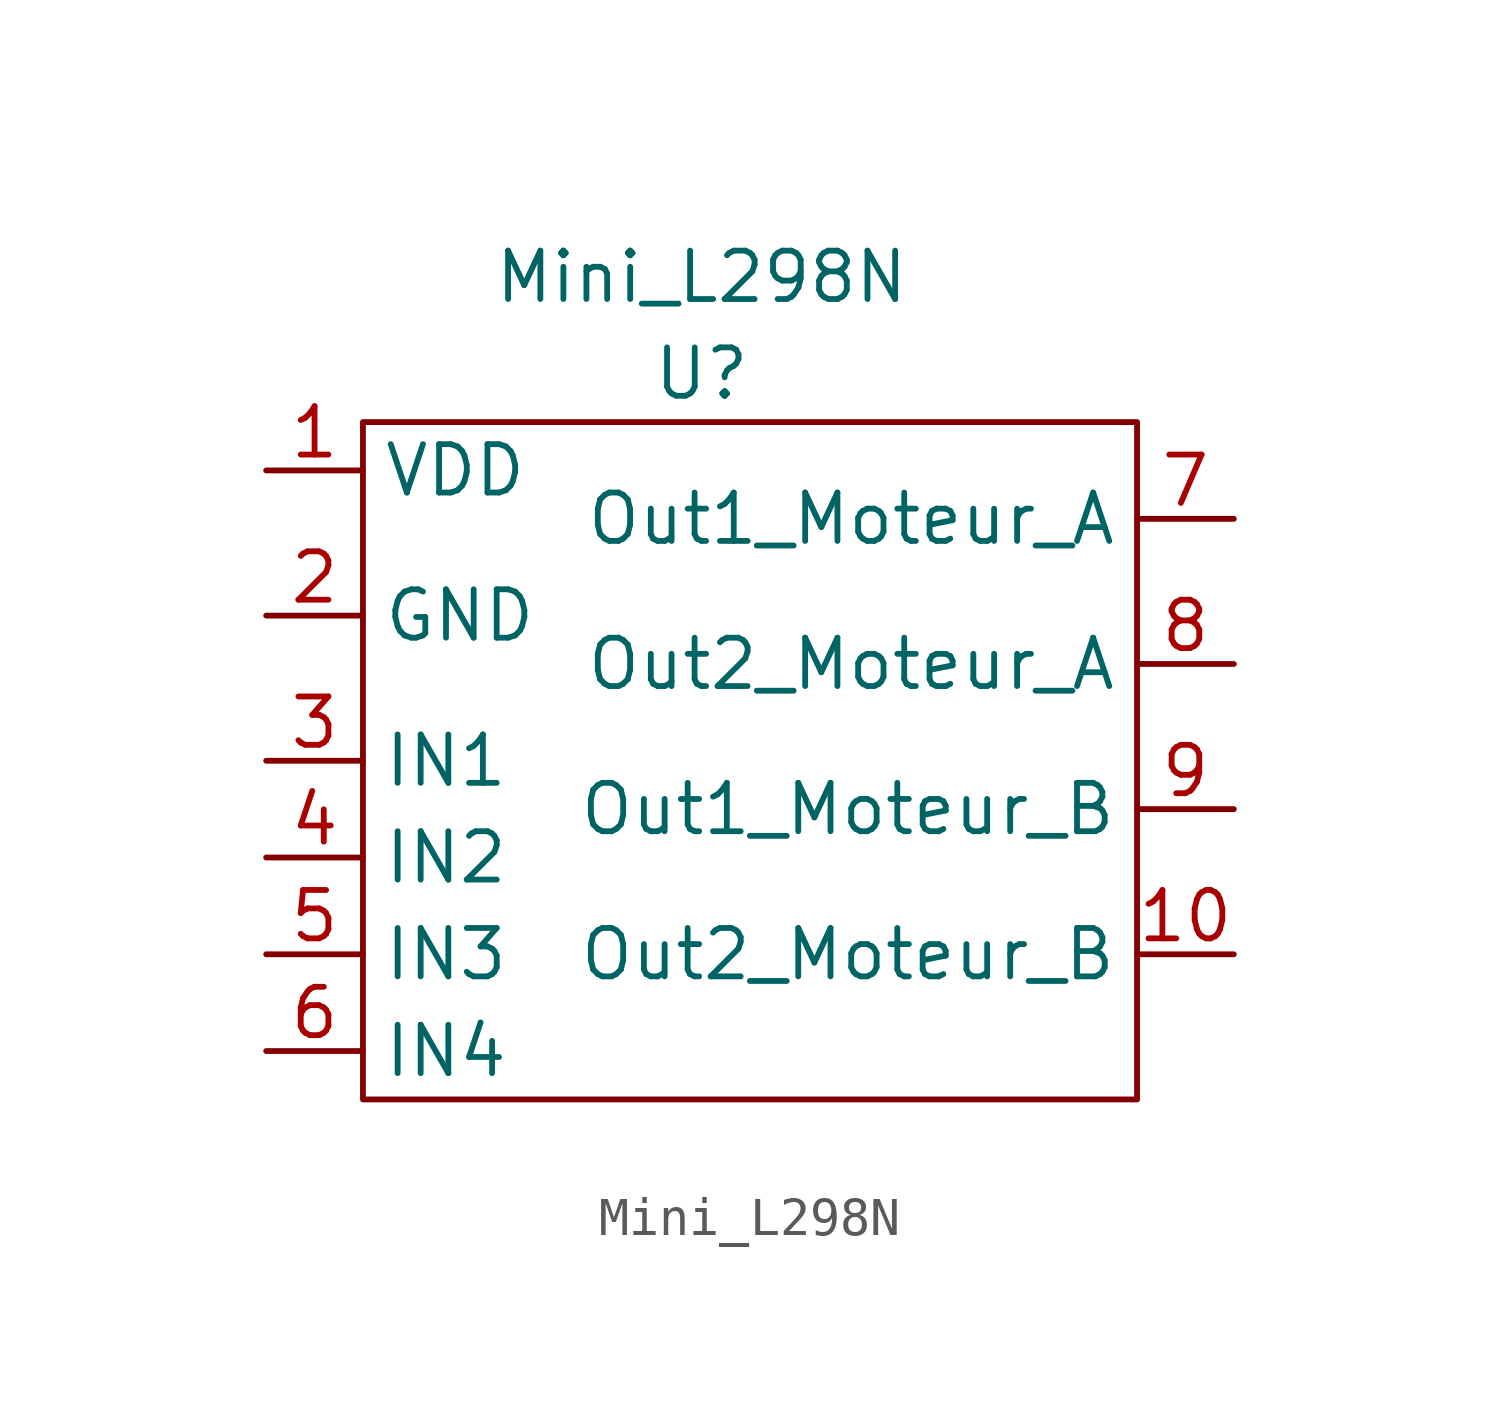
<source format=kicad_sym>
(kicad_symbol_lib
  (version 20211014)
  (generator kicad_symbol_editor)
  (symbol "Mini_L298N"
    (property "Reference" "U"
      (at 0 -2.54 0)
      (effects (font (size 1.27 1.27))))
    (property "Value" "Mini_L298N"
      (at 0 0 0)
      (effects (font (size 1.27 1.27))))
    (symbol "Mini_L298N_0_1"
      (rectangle (start -8.89 -3.81) (end 11.43 -21.59) (stroke (width 0) (type default) (color 0 0 0 0)) (fill (type none))))
    (symbol "Mini_L298N_1_1"
      (pin power_in line (at -11.43 -5.08 0) (length 2.54) (name "VDD" (effects (font (size 1.27 1.27)))) (number "1" (effects (font (size 1.27 1.27)))))
      (pin output line (at 13.97 -17.78 180) (length 2.54) (name "Out2_Moteur_B" (effects (font (size 1.27 1.27)))) (number "10" (effects (font (size 1.27 1.27)))))
      (pin power_in line (at -11.43 -8.89 0) (length 2.54) (name "GND" (effects (font (size 1.27 1.27)))) (number "2" (effects (font (size 1.27 1.27)))))
      (pin input line (at -11.43 -12.7 0) (length 2.54) (name "IN1" (effects (font (size 1.27 1.27)))) (number "3" (effects (font (size 1.27 1.27)))))
      (pin input line (at -11.43 -15.24 0) (length 2.54) (name "IN2" (effects (font (size 1.27 1.27)))) (number "4" (effects (font (size 1.27 1.27)))))
      (pin input line (at -11.43 -17.78 0) (length 2.54) (name "IN3" (effects (font (size 1.27 1.27)))) (number "5" (effects (font (size 1.27 1.27)))))
      (pin input line (at -11.43 -20.32 0) (length 2.54) (name "IN4" (effects (font (size 1.27 1.27)))) (number "6" (effects (font (size 1.27 1.27)))))
      (pin output line (at 13.97 -6.35 180) (length 2.54) (name "Out1_Moteur_A" (effects (font (size 1.27 1.27)))) (number "7" (effects (font (size 1.27 1.27)))))
      (pin output line (at 13.97 -10.16 180) (length 2.54) (name "Out2_Moteur_A" (effects (font (size 1.27 1.27)))) (number "8" (effects (font (size 1.27 1.27)))))
      (pin output line (at 13.97 -13.97 180) (length 2.54) (name "Out1_Moteur_B" (effects (font (size 1.27 1.27)))) (number "9" (effects (font (size 1.27 1.27))))))))
</source>
